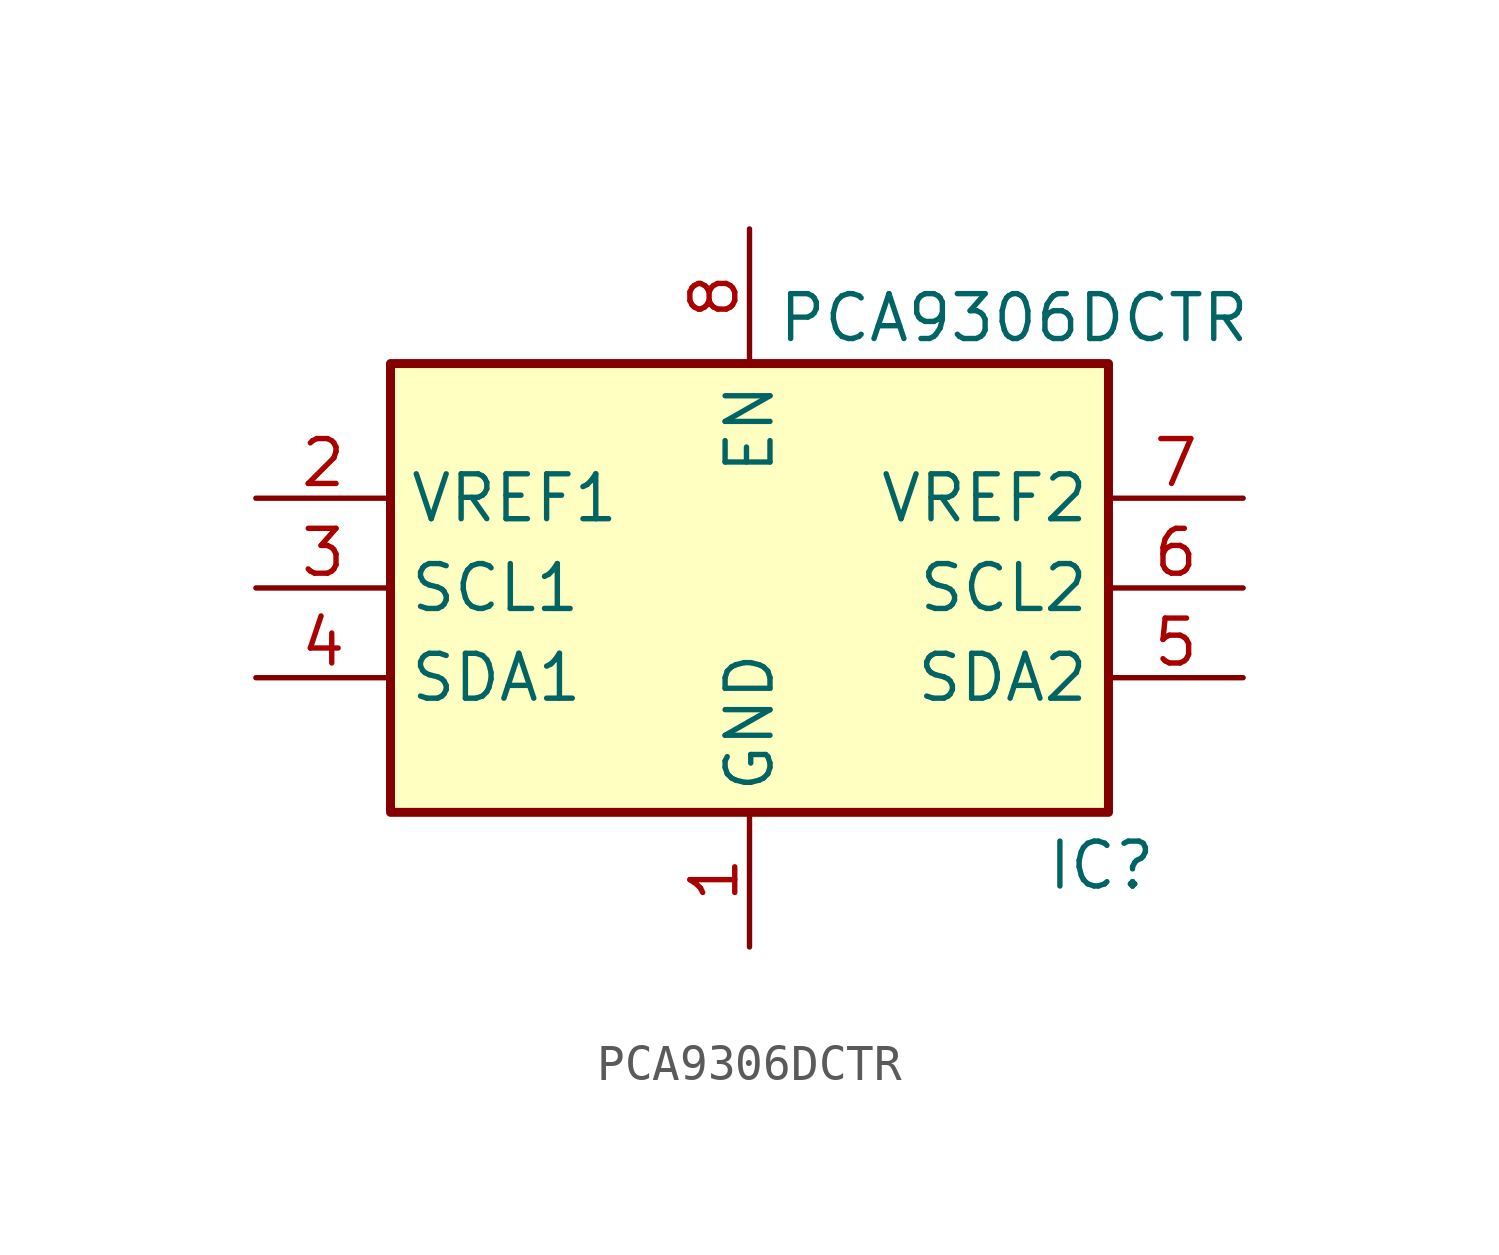
<source format=kicad_sym>
(kicad_symbol_lib
  (version 20231120)
  (generator "kicad_symbol_editor")
  (generator_version "8.0")
  (symbol "PCA9306DCTR"
    (property "Reference" "IC"
      (at 8.382 -7.112 0)
      (effects (font (size 1.27 1.27)) (justify left top)))
    (property "Value" "PCA9306DCTR"
      (at 0.762 8.382 0)
      (effects (font (size 1.27 1.27)) (justify left top)))
    (symbol "PCA9306DCTR_1_1"
      (rectangle (start -10.16 6.35) (end 10.16 -6.35) (stroke (width 0.254) (type default)) (fill (type background)))
      (pin passive line (at 0 -10.16 90) (length 3.81) (name "GND" (effects (font (size 1.27 1.27)))) (number "1" (effects (font (size 1.27 1.27)))))
      (pin passive line (at -13.97 2.54 0) (length 3.81) (name "VREF1" (effects (font (size 1.27 1.27)))) (number "2" (effects (font (size 1.27 1.27)))))
      (pin passive line (at -13.97 0 0) (length 3.81) (name "SCL1" (effects (font (size 1.27 1.27)))) (number "3" (effects (font (size 1.27 1.27)))))
      (pin passive line (at -13.97 -2.54 0) (length 3.81) (name "SDA1" (effects (font (size 1.27 1.27)))) (number "4" (effects (font (size 1.27 1.27)))))
      (pin passive line (at 13.97 -2.54 180) (length 3.81) (name "SDA2" (effects (font (size 1.27 1.27)))) (number "5" (effects (font (size 1.27 1.27)))))
      (pin passive line (at 13.97 0 180) (length 3.81) (name "SCL2" (effects (font (size 1.27 1.27)))) (number "6" (effects (font (size 1.27 1.27)))))
      (pin passive line (at 13.97 2.54 180) (length 3.81) (name "VREF2" (effects (font (size 1.27 1.27)))) (number "7" (effects (font (size 1.27 1.27)))))
      (pin passive line (at 0 10.16 270) (length 3.81) (name "EN" (effects (font (size 1.27 1.27)))) (number "8" (effects (font (size 1.27 1.27))))))))
</source>
